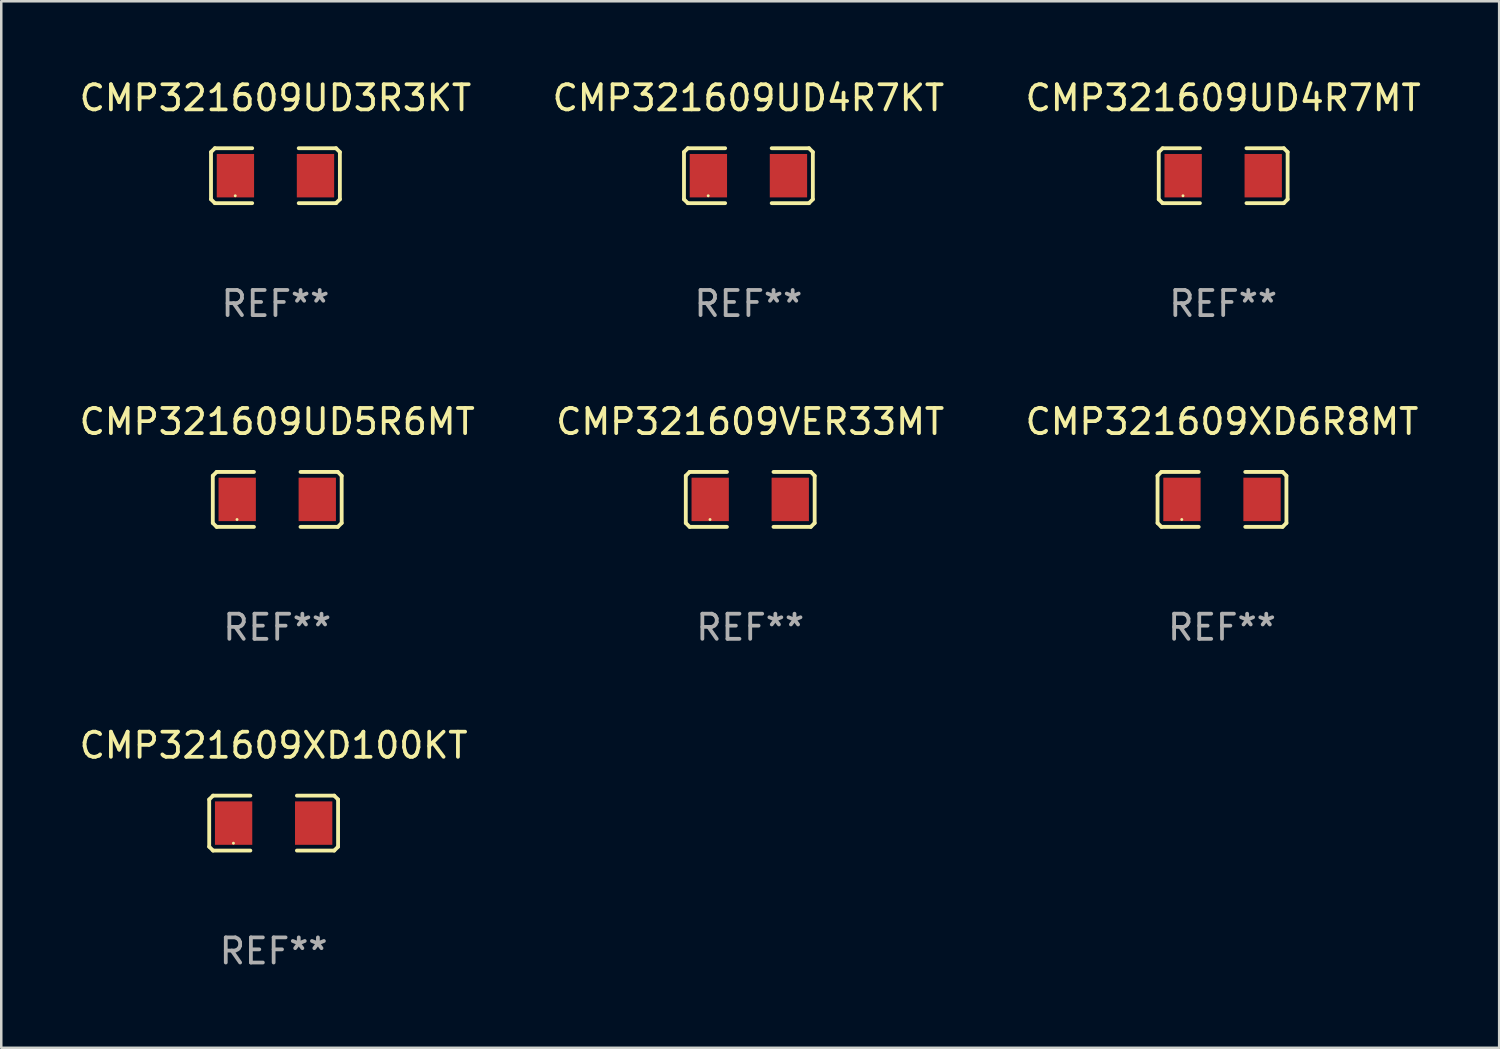
<source format=kicad_pcb>
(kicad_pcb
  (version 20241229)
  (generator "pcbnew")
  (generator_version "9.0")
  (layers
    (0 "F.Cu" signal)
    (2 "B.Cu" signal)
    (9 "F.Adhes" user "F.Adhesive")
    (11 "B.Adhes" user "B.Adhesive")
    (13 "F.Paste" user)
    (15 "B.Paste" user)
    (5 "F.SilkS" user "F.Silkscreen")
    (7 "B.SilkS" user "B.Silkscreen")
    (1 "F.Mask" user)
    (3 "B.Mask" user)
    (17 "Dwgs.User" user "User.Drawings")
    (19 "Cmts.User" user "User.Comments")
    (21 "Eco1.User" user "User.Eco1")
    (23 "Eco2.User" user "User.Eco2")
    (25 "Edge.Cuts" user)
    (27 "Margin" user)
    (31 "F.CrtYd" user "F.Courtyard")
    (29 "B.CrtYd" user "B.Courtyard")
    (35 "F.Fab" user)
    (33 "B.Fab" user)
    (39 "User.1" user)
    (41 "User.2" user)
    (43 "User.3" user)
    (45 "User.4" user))
  (footprint "CMP321609XD100KT"
    (layer "F.Cu")
    (at 7.839 29.704)
    (property "Reference" "CMP321609XD100KT" (at 0 -3.093 0) (layer "F.SilkS") (effects (font (size 1 1) (thickness 0.15))))
    (attr through_hole)
    (fp_line (start -2.564 -0.94) (end -2.411 -1.093) (stroke (width 0.152) (type solid)) (layer "F.SilkS"))
    (fp_line (start -2.564 0.94) (end -2.564 -0.94) (stroke (width 0.152) (type solid)) (layer "F.SilkS"))
    (fp_line (start -2.411 -1.093) (end -0.926 -1.093) (stroke (width 0.152) (type solid)) (layer "F.SilkS"))
    (fp_line (start -2.411 1.093) (end -2.564 0.94) (stroke (width 0.152) (type solid)) (layer "F.SilkS"))
    (fp_line (start -0.926 1.093) (end -2.411 1.093) (stroke (width 0.152) (type solid)) (layer "F.SilkS"))
    (fp_line (start 0.926 1.093) (end 2.411 1.093) (stroke (width 0.152) (type solid)) (layer "F.SilkS"))
    (fp_line (start 2.411 -1.093) (end 0.926 -1.093) (stroke (width 0.152) (type solid)) (layer "F.SilkS"))
    (fp_line (start 2.411 1.093) (end 2.564 0.94) (stroke (width 0.152) (type solid)) (layer "F.SilkS"))
    (fp_line (start 2.564 -0.94) (end 2.411 -1.093) (stroke (width 0.152) (type solid)) (layer "F.SilkS"))
    (fp_line (start 2.564 0.94) (end 2.564 -0.94) (stroke (width 0.152) (type solid)) (layer "F.SilkS"))
    (fp_circle (center -1.6 0.8) (end -1.57 0.8) (stroke (width 0.06) (type solid)) (fill no) (layer "F.SilkS"))
    (fp_text user "REF**" (at 0 5.093 0) (layer "F.Fab") (effects (font (size 1 1) (thickness 0.15))))
    (pad "1" smd rect (at -1.593 0) (size 1.485 1.728) (layers "F.Cu" "F.Mask" "F.Paste"))
    (pad "2" smd rect (at 1.593 0) (size 1.485 1.728) (layers "F.Cu" "F.Mask" "F.Paste")))
  (footprint "CMP321609UD4R7MT"
    (layer "F.Cu")
    (at 45.625 3.941)
    (property "Reference" "CMP321609UD4R7MT" (at 0 -3.093 0) (layer "F.SilkS") (effects (font (size 1 1) (thickness 0.15))))
    (attr through_hole)
    (fp_line (start -2.564 -0.94) (end -2.411 -1.093) (stroke (width 0.152) (type solid)) (layer "F.SilkS"))
    (fp_line (start -2.564 0.94) (end -2.564 -0.94) (stroke (width 0.152) (type solid)) (layer "F.SilkS"))
    (fp_line (start -2.411 -1.093) (end -0.926 -1.093) (stroke (width 0.152) (type solid)) (layer "F.SilkS"))
    (fp_line (start -2.411 1.093) (end -2.564 0.94) (stroke (width 0.152) (type solid)) (layer "F.SilkS"))
    (fp_line (start -0.926 1.093) (end -2.411 1.093) (stroke (width 0.152) (type solid)) (layer "F.SilkS"))
    (fp_line (start 0.926 1.093) (end 2.411 1.093) (stroke (width 0.152) (type solid)) (layer "F.SilkS"))
    (fp_line (start 2.411 -1.093) (end 0.926 -1.093) (stroke (width 0.152) (type solid)) (layer "F.SilkS"))
    (fp_line (start 2.411 1.093) (end 2.564 0.94) (stroke (width 0.152) (type solid)) (layer "F.SilkS"))
    (fp_line (start 2.564 -0.94) (end 2.411 -1.093) (stroke (width 0.152) (type solid)) (layer "F.SilkS"))
    (fp_line (start 2.564 0.94) (end 2.564 -0.94) (stroke (width 0.152) (type solid)) (layer "F.SilkS"))
    (fp_circle (center -1.6 0.8) (end -1.57 0.8) (stroke (width 0.06) (type solid)) (fill no) (layer "F.SilkS"))
    (fp_text user "REF**" (at 0 5.093 0) (layer "F.Fab") (effects (font (size 1 1) (thickness 0.15))))
    (pad "1" smd rect (at -1.593 0) (size 1.485 1.728) (layers "F.Cu" "F.Mask" "F.Paste"))
    (pad "2" smd rect (at 1.593 0) (size 1.485 1.728) (layers "F.Cu" "F.Mask" "F.Paste")))
  (footprint "CMP321609UD5R6MT"
    (layer "F.Cu")
    (at 7.982 16.823)
    (property "Reference" "CMP321609UD5R6MT" (at 0 -3.093 0) (layer "F.SilkS") (effects (font (size 1 1) (thickness 0.15))))
    (attr through_hole)
    (fp_line (start -2.564 -0.94) (end -2.411 -1.093) (stroke (width 0.152) (type solid)) (layer "F.SilkS"))
    (fp_line (start -2.564 0.94) (end -2.564 -0.94) (stroke (width 0.152) (type solid)) (layer "F.SilkS"))
    (fp_line (start -2.411 -1.093) (end -0.926 -1.093) (stroke (width 0.152) (type solid)) (layer "F.SilkS"))
    (fp_line (start -2.411 1.093) (end -2.564 0.94) (stroke (width 0.152) (type solid)) (layer "F.SilkS"))
    (fp_line (start -0.926 1.093) (end -2.411 1.093) (stroke (width 0.152) (type solid)) (layer "F.SilkS"))
    (fp_line (start 0.926 1.093) (end 2.411 1.093) (stroke (width 0.152) (type solid)) (layer "F.SilkS"))
    (fp_line (start 2.411 -1.093) (end 0.926 -1.093) (stroke (width 0.152) (type solid)) (layer "F.SilkS"))
    (fp_line (start 2.411 1.093) (end 2.564 0.94) (stroke (width 0.152) (type solid)) (layer "F.SilkS"))
    (fp_line (start 2.564 -0.94) (end 2.411 -1.093) (stroke (width 0.152) (type solid)) (layer "F.SilkS"))
    (fp_line (start 2.564 0.94) (end 2.564 -0.94) (stroke (width 0.152) (type solid)) (layer "F.SilkS"))
    (fp_circle (center -1.6 0.8) (end -1.57 0.8) (stroke (width 0.06) (type solid)) (fill no) (layer "F.SilkS"))
    (fp_text user "REF**" (at 0 5.093 0) (layer "F.Fab") (effects (font (size 1 1) (thickness 0.15))))
    (pad "1" smd rect (at -1.593 0) (size 1.485 1.728) (layers "F.Cu" "F.Mask" "F.Paste"))
    (pad "2" smd rect (at 1.593 0) (size 1.485 1.728) (layers "F.Cu" "F.Mask" "F.Paste")))
  (footprint "CMP321609UD4R7KT"
    (layer "F.Cu")
    (at 26.732 3.941)
    (property "Reference" "CMP321609UD4R7KT" (at 0 -3.093 0) (layer "F.SilkS") (effects (font (size 1 1) (thickness 0.15))))
    (attr through_hole)
    (fp_line (start -2.564 -0.94) (end -2.411 -1.093) (stroke (width 0.152) (type solid)) (layer "F.SilkS"))
    (fp_line (start -2.564 0.94) (end -2.564 -0.94) (stroke (width 0.152) (type solid)) (layer "F.SilkS"))
    (fp_line (start -2.411 -1.093) (end -0.926 -1.093) (stroke (width 0.152) (type solid)) (layer "F.SilkS"))
    (fp_line (start -2.411 1.093) (end -2.564 0.94) (stroke (width 0.152) (type solid)) (layer "F.SilkS"))
    (fp_line (start -0.926 1.093) (end -2.411 1.093) (stroke (width 0.152) (type solid)) (layer "F.SilkS"))
    (fp_line (start 0.926 1.093) (end 2.411 1.093) (stroke (width 0.152) (type solid)) (layer "F.SilkS"))
    (fp_line (start 2.411 -1.093) (end 0.926 -1.093) (stroke (width 0.152) (type solid)) (layer "F.SilkS"))
    (fp_line (start 2.411 1.093) (end 2.564 0.94) (stroke (width 0.152) (type solid)) (layer "F.SilkS"))
    (fp_line (start 2.564 -0.94) (end 2.411 -1.093) (stroke (width 0.152) (type solid)) (layer "F.SilkS"))
    (fp_line (start 2.564 0.94) (end 2.564 -0.94) (stroke (width 0.152) (type solid)) (layer "F.SilkS"))
    (fp_circle (center -1.6 0.8) (end -1.57 0.8) (stroke (width 0.06) (type solid)) (fill no) (layer "F.SilkS"))
    (fp_text user "REF**" (at 0 5.093 0) (layer "F.Fab") (effects (font (size 1 1) (thickness 0.15))))
    (pad "1" smd rect (at -1.593 0) (size 1.485 1.728) (layers "F.Cu" "F.Mask" "F.Paste"))
    (pad "2" smd rect (at 1.593 0) (size 1.485 1.728) (layers "F.Cu" "F.Mask" "F.Paste")))
  (footprint "CMP321609VER33MT"
    (layer "F.Cu")
    (at 26.804 16.823)
    (property "Reference" "CMP321609VER33MT" (at 0 -3.093 0) (layer "F.SilkS") (effects (font (size 1 1) (thickness 0.15))))
    (attr through_hole)
    (fp_line (start -2.564 -0.94) (end -2.411 -1.093) (stroke (width 0.152) (type solid)) (layer "F.SilkS"))
    (fp_line (start -2.564 0.94) (end -2.564 -0.94) (stroke (width 0.152) (type solid)) (layer "F.SilkS"))
    (fp_line (start -2.411 -1.093) (end -0.926 -1.093) (stroke (width 0.152) (type solid)) (layer "F.SilkS"))
    (fp_line (start -2.411 1.093) (end -2.564 0.94) (stroke (width 0.152) (type solid)) (layer "F.SilkS"))
    (fp_line (start -0.926 1.093) (end -2.411 1.093) (stroke (width 0.152) (type solid)) (layer "F.SilkS"))
    (fp_line (start 0.926 1.093) (end 2.411 1.093) (stroke (width 0.152) (type solid)) (layer "F.SilkS"))
    (fp_line (start 2.411 -1.093) (end 0.926 -1.093) (stroke (width 0.152) (type solid)) (layer "F.SilkS"))
    (fp_line (start 2.411 1.093) (end 2.564 0.94) (stroke (width 0.152) (type solid)) (layer "F.SilkS"))
    (fp_line (start 2.564 -0.94) (end 2.411 -1.093) (stroke (width 0.152) (type solid)) (layer "F.SilkS"))
    (fp_line (start 2.564 0.94) (end 2.564 -0.94) (stroke (width 0.152) (type solid)) (layer "F.SilkS"))
    (fp_circle (center -1.6 0.8) (end -1.57 0.8) (stroke (width 0.06) (type solid)) (fill no) (layer "F.SilkS"))
    (fp_text user "REF**" (at 0 5.093 0) (layer "F.Fab") (effects (font (size 1 1) (thickness 0.15))))
    (pad "1" smd rect (at -1.593 0) (size 1.485 1.728) (layers "F.Cu" "F.Mask" "F.Paste"))
    (pad "2" smd rect (at 1.593 0) (size 1.485 1.728) (layers "F.Cu" "F.Mask" "F.Paste")))
  (footprint "CMP321609XD6R8MT"
    (layer "F.Cu")
    (at 45.577 16.823)
    (property "Reference" "CMP321609XD6R8MT" (at 0 -3.093 0) (layer "F.SilkS") (effects (font (size 1 1) (thickness 0.15))))
    (attr through_hole)
    (fp_line (start -2.564 -0.94) (end -2.411 -1.093) (stroke (width 0.152) (type solid)) (layer "F.SilkS"))
    (fp_line (start -2.564 0.94) (end -2.564 -0.94) (stroke (width 0.152) (type solid)) (layer "F.SilkS"))
    (fp_line (start -2.411 -1.093) (end -0.926 -1.093) (stroke (width 0.152) (type solid)) (layer "F.SilkS"))
    (fp_line (start -2.411 1.093) (end -2.564 0.94) (stroke (width 0.152) (type solid)) (layer "F.SilkS"))
    (fp_line (start -0.926 1.093) (end -2.411 1.093) (stroke (width 0.152) (type solid)) (layer "F.SilkS"))
    (fp_line (start 0.926 1.093) (end 2.411 1.093) (stroke (width 0.152) (type solid)) (layer "F.SilkS"))
    (fp_line (start 2.411 -1.093) (end 0.926 -1.093) (stroke (width 0.152) (type solid)) (layer "F.SilkS"))
    (fp_line (start 2.411 1.093) (end 2.564 0.94) (stroke (width 0.152) (type solid)) (layer "F.SilkS"))
    (fp_line (start 2.564 -0.94) (end 2.411 -1.093) (stroke (width 0.152) (type solid)) (layer "F.SilkS"))
    (fp_line (start 2.564 0.94) (end 2.564 -0.94) (stroke (width 0.152) (type solid)) (layer "F.SilkS"))
    (fp_circle (center -1.6 0.8) (end -1.57 0.8) (stroke (width 0.06) (type solid)) (fill no) (layer "F.SilkS"))
    (fp_text user "REF**" (at 0 5.093 0) (layer "F.Fab") (effects (font (size 1 1) (thickness 0.15))))
    (pad "1" smd rect (at -1.593 0) (size 1.485 1.728) (layers "F.Cu" "F.Mask" "F.Paste"))
    (pad "2" smd rect (at 1.593 0) (size 1.485 1.728) (layers "F.Cu" "F.Mask" "F.Paste")))
  (footprint "CMP321609UD3R3KT"
    (layer "F.Cu")
    (at 7.911 3.941)
    (property "Reference" "CMP321609UD3R3KT" (at 0 -3.093 0) (layer "F.SilkS") (effects (font (size 1 1) (thickness 0.15))))
    (attr through_hole)
    (fp_line (start -2.564 -0.94) (end -2.411 -1.093) (stroke (width 0.152) (type solid)) (layer "F.SilkS"))
    (fp_line (start -2.564 0.94) (end -2.564 -0.94) (stroke (width 0.152) (type solid)) (layer "F.SilkS"))
    (fp_line (start -2.411 -1.093) (end -0.926 -1.093) (stroke (width 0.152) (type solid)) (layer "F.SilkS"))
    (fp_line (start -2.411 1.093) (end -2.564 0.94) (stroke (width 0.152) (type solid)) (layer "F.SilkS"))
    (fp_line (start -0.926 1.093) (end -2.411 1.093) (stroke (width 0.152) (type solid)) (layer "F.SilkS"))
    (fp_line (start 0.926 1.093) (end 2.411 1.093) (stroke (width 0.152) (type solid)) (layer "F.SilkS"))
    (fp_line (start 2.411 -1.093) (end 0.926 -1.093) (stroke (width 0.152) (type solid)) (layer "F.SilkS"))
    (fp_line (start 2.411 1.093) (end 2.564 0.94) (stroke (width 0.152) (type solid)) (layer "F.SilkS"))
    (fp_line (start 2.564 -0.94) (end 2.411 -1.093) (stroke (width 0.152) (type solid)) (layer "F.SilkS"))
    (fp_line (start 2.564 0.94) (end 2.564 -0.94) (stroke (width 0.152) (type solid)) (layer "F.SilkS"))
    (fp_circle (center -1.6 0.8) (end -1.57 0.8) (stroke (width 0.06) (type solid)) (fill no) (layer "F.SilkS"))
    (fp_text user "REF**" (at 0 5.093 0) (layer "F.Fab") (effects (font (size 1 1) (thickness 0.15))))
    (pad "1" smd rect (at -1.593 0) (size 1.485 1.728) (layers "F.Cu" "F.Mask" "F.Paste"))
    (pad "2" smd rect (at 1.593 0) (size 1.485 1.728) (layers "F.Cu" "F.Mask" "F.Paste")))
  (gr_rect
    (start -3 -3)
    (end 56.607 38.645)
    (stroke (width 0.1) (type default))
    (fill no)
    (layer "Edge.Cuts")))
</source>
